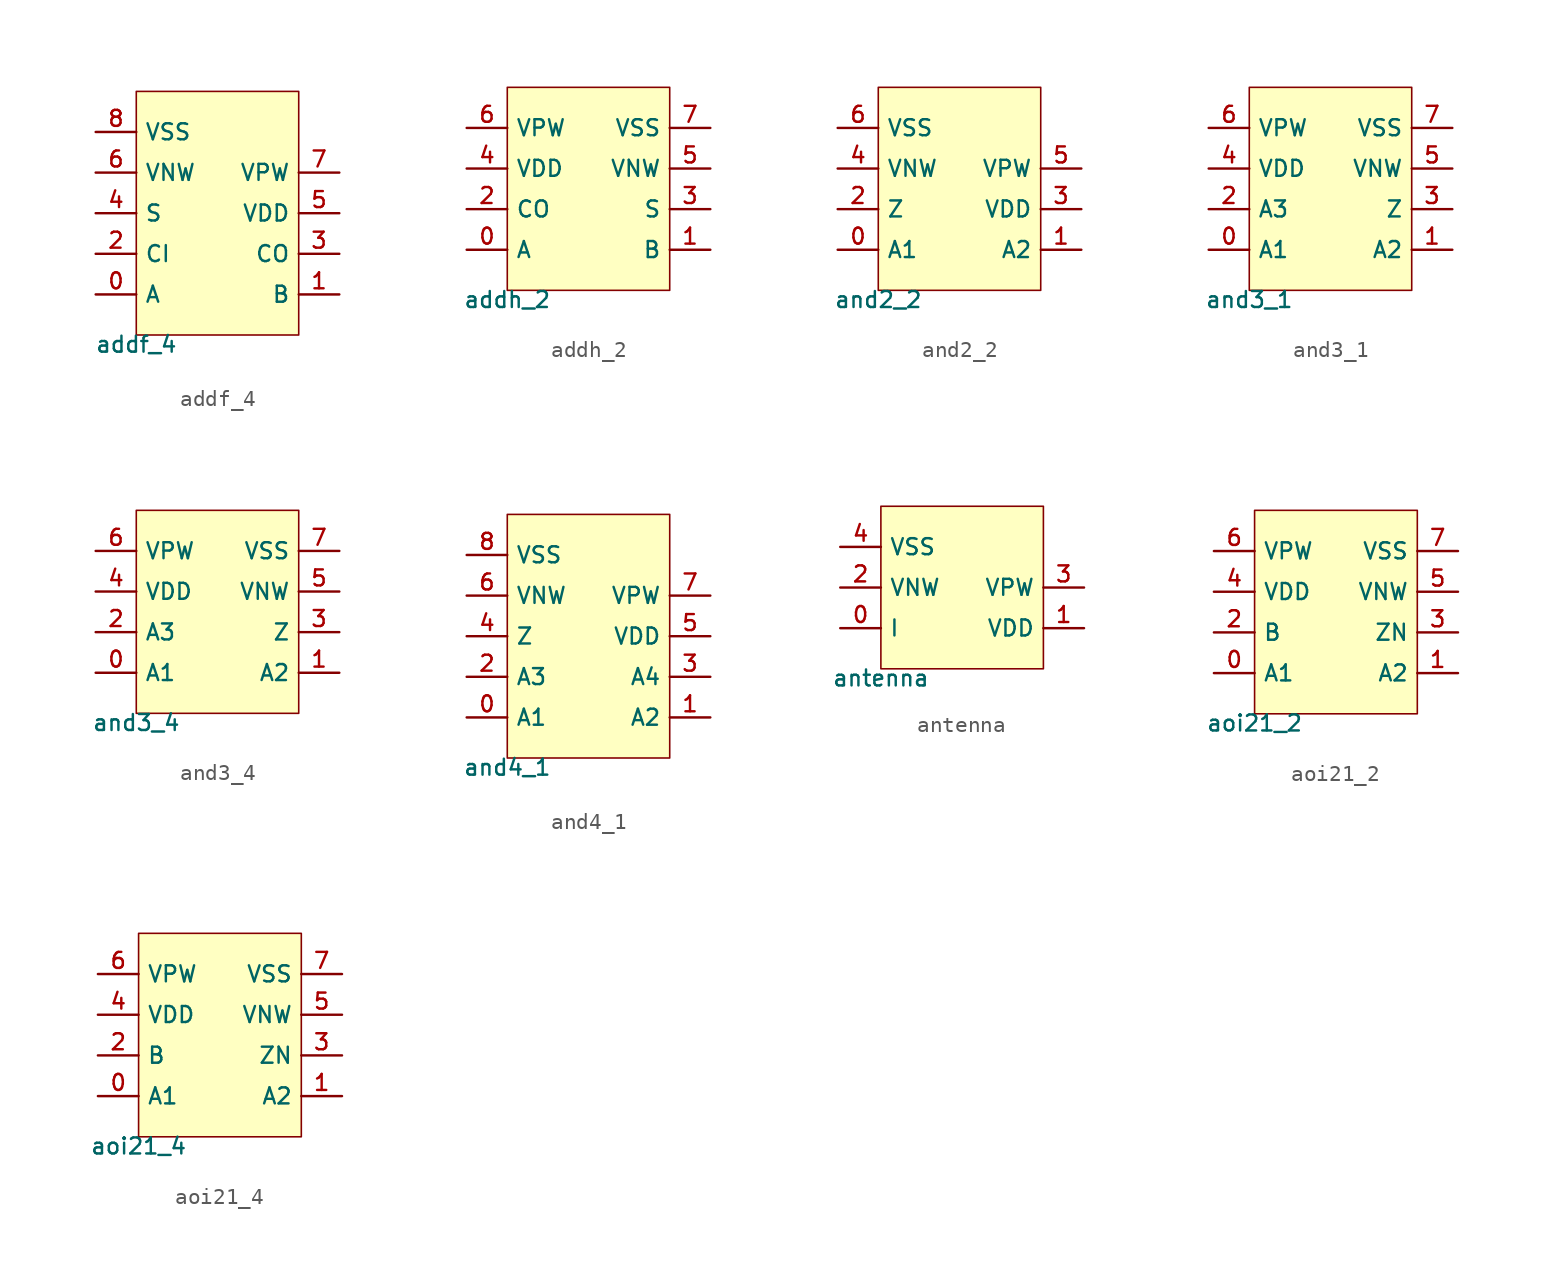
<source format=kicad_sym>
(kicad_symbol_lib
  (version 20211014)
  (generator pdk2kicad)
  (symbol "addf_4"
    (property "Reference" "X"
      (at 0 0 0)
      (effects (font (size 1 1)) hide))
    (property "Value" "addf_4"
      (at -5.08 -7.62 0)
      (effects (font (size 1 1)) (justify top)))
    (rectangle
      (start -5.08 -7.62)
      (end 5.08 7.62)
      (stroke (width 0.1) (type solid) (color 0 0 0 0))
      (fill (type background)))
    (pin bidirectional line
      (at -7.62 -5.08 0)
      (length 2.54)
      (name "A" (effects (font (size 1 1)) hide))
      (number "0" (effects (font (size 1 1)) hide)))
    (pin bidirectional line
      (at 7.62 -5.08 180)
      (length 2.54)
      (name "B" (effects (font (size 1 1)) hide))
      (number "1" (effects (font (size 1 1)) hide)))
    (pin bidirectional line
      (at -7.62 -2.54 0)
      (length 2.54)
      (name "CI" (effects (font (size 1 1)) hide))
      (number "2" (effects (font (size 1 1)) hide)))
    (pin bidirectional line
      (at 7.62 -2.54 180)
      (length 2.54)
      (name "CO" (effects (font (size 1 1)) hide))
      (number "3" (effects (font (size 1 1)) hide)))
    (pin bidirectional line
      (at -7.62 8.881784197001252e-16 0)
      (length 2.54)
      (name "S" (effects (font (size 1 1)) hide))
      (number "4" (effects (font (size 1 1)) hide)))
    (pin bidirectional line
      (at 7.62 8.881784197001252e-16 180)
      (length 2.54)
      (name "VDD" (effects (font (size 1 1)) hide))
      (number "5" (effects (font (size 1 1)) hide)))
    (pin bidirectional line
      (at -7.62 2.54 0)
      (length 2.54)
      (name "VNW" (effects (font (size 1 1)) hide))
      (number "6" (effects (font (size 1 1)) hide)))
    (pin bidirectional line
      (at 7.62 2.54 180)
      (length 2.54)
      (name "VPW" (effects (font (size 1 1)) hide))
      (number "7" (effects (font (size 1 1)) hide)))
    (pin bidirectional line
      (at -7.62 5.08 0)
      (length 2.54)
      (name "VSS" (effects (font (size 1 1)) hide))
      (number "8" (effects (font (size 1 1)) hide))))
  (symbol "addh_2"
    (property "Reference" "X"
      (at 0 0 0)
      (effects (font (size 1 1)) hide))
    (property "Value" "addh_2"
      (at -5.08 -6.35 0)
      (effects (font (size 1 1)) (justify top)))
    (rectangle
      (start -5.08 -6.35)
      (end 5.08 6.35)
      (stroke (width 0.1) (type solid) (color 0 0 0 0))
      (fill (type background)))
    (pin bidirectional line
      (at -7.62 -3.81 0)
      (length 2.54)
      (name "A" (effects (font (size 1 1)) hide))
      (number "0" (effects (font (size 1 1)) hide)))
    (pin bidirectional line
      (at 7.62 -3.81 180)
      (length 2.54)
      (name "B" (effects (font (size 1 1)) hide))
      (number "1" (effects (font (size 1 1)) hide)))
    (pin bidirectional line
      (at -7.62 -1.27 0)
      (length 2.54)
      (name "CO" (effects (font (size 1 1)) hide))
      (number "2" (effects (font (size 1 1)) hide)))
    (pin bidirectional line
      (at 7.62 -1.27 180)
      (length 2.54)
      (name "S" (effects (font (size 1 1)) hide))
      (number "3" (effects (font (size 1 1)) hide)))
    (pin bidirectional line
      (at -7.62 1.27 0)
      (length 2.54)
      (name "VDD" (effects (font (size 1 1)) hide))
      (number "4" (effects (font (size 1 1)) hide)))
    (pin bidirectional line
      (at 7.62 1.27 180)
      (length 2.54)
      (name "VNW" (effects (font (size 1 1)) hide))
      (number "5" (effects (font (size 1 1)) hide)))
    (pin bidirectional line
      (at -7.62 3.81 0)
      (length 2.54)
      (name "VPW" (effects (font (size 1 1)) hide))
      (number "6" (effects (font (size 1 1)) hide)))
    (pin bidirectional line
      (at 7.62 3.81 180)
      (length 2.54)
      (name "VSS" (effects (font (size 1 1)) hide))
      (number "7" (effects (font (size 1 1)) hide))))
  (symbol "and2_2"
    (property "Reference" "X"
      (at 0 0 0)
      (effects (font (size 1 1)) hide))
    (property "Value" "and2_2"
      (at -5.08 -6.35 0)
      (effects (font (size 1 1)) (justify top)))
    (rectangle
      (start -5.08 -6.35)
      (end 5.08 6.35)
      (stroke (width 0.1) (type solid) (color 0 0 0 0))
      (fill (type background)))
    (pin bidirectional line
      (at -7.62 -3.81 0)
      (length 2.54)
      (name "A1" (effects (font (size 1 1)) hide))
      (number "0" (effects (font (size 1 1)) hide)))
    (pin bidirectional line
      (at 7.62 -3.81 180)
      (length 2.54)
      (name "A2" (effects (font (size 1 1)) hide))
      (number "1" (effects (font (size 1 1)) hide)))
    (pin bidirectional line
      (at -7.62 -1.27 0)
      (length 2.54)
      (name "Z" (effects (font (size 1 1)) hide))
      (number "2" (effects (font (size 1 1)) hide)))
    (pin bidirectional line
      (at 7.62 -1.27 180)
      (length 2.54)
      (name "VDD" (effects (font (size 1 1)) hide))
      (number "3" (effects (font (size 1 1)) hide)))
    (pin bidirectional line
      (at -7.62 1.27 0)
      (length 2.54)
      (name "VNW" (effects (font (size 1 1)) hide))
      (number "4" (effects (font (size 1 1)) hide)))
    (pin bidirectional line
      (at 7.62 1.27 180)
      (length 2.54)
      (name "VPW" (effects (font (size 1 1)) hide))
      (number "5" (effects (font (size 1 1)) hide)))
    (pin bidirectional line
      (at -7.62 3.81 0)
      (length 2.54)
      (name "VSS" (effects (font (size 1 1)) hide))
      (number "6" (effects (font (size 1 1)) hide))))
  (symbol "and3_1"
    (property "Reference" "X"
      (at 0 0 0)
      (effects (font (size 1 1)) hide))
    (property "Value" "and3_1"
      (at -5.08 -6.35 0)
      (effects (font (size 1 1)) (justify top)))
    (rectangle
      (start -5.08 -6.35)
      (end 5.08 6.35)
      (stroke (width 0.1) (type solid) (color 0 0 0 0))
      (fill (type background)))
    (pin bidirectional line
      (at -7.62 -3.81 0)
      (length 2.54)
      (name "A1" (effects (font (size 1 1)) hide))
      (number "0" (effects (font (size 1 1)) hide)))
    (pin bidirectional line
      (at 7.62 -3.81 180)
      (length 2.54)
      (name "A2" (effects (font (size 1 1)) hide))
      (number "1" (effects (font (size 1 1)) hide)))
    (pin bidirectional line
      (at -7.62 -1.27 0)
      (length 2.54)
      (name "A3" (effects (font (size 1 1)) hide))
      (number "2" (effects (font (size 1 1)) hide)))
    (pin bidirectional line
      (at 7.62 -1.27 180)
      (length 2.54)
      (name "Z" (effects (font (size 1 1)) hide))
      (number "3" (effects (font (size 1 1)) hide)))
    (pin bidirectional line
      (at -7.62 1.27 0)
      (length 2.54)
      (name "VDD" (effects (font (size 1 1)) hide))
      (number "4" (effects (font (size 1 1)) hide)))
    (pin bidirectional line
      (at 7.62 1.27 180)
      (length 2.54)
      (name "VNW" (effects (font (size 1 1)) hide))
      (number "5" (effects (font (size 1 1)) hide)))
    (pin bidirectional line
      (at -7.62 3.81 0)
      (length 2.54)
      (name "VPW" (effects (font (size 1 1)) hide))
      (number "6" (effects (font (size 1 1)) hide)))
    (pin bidirectional line
      (at 7.62 3.81 180)
      (length 2.54)
      (name "VSS" (effects (font (size 1 1)) hide))
      (number "7" (effects (font (size 1 1)) hide))))
  (symbol "and3_4"
    (property "Reference" "X"
      (at 0 0 0)
      (effects (font (size 1 1)) hide))
    (property "Value" "and3_4"
      (at -5.08 -6.35 0)
      (effects (font (size 1 1)) (justify top)))
    (rectangle
      (start -5.08 -6.35)
      (end 5.08 6.35)
      (stroke (width 0.1) (type solid) (color 0 0 0 0))
      (fill (type background)))
    (pin bidirectional line
      (at -7.62 -3.81 0)
      (length 2.54)
      (name "A1" (effects (font (size 1 1)) hide))
      (number "0" (effects (font (size 1 1)) hide)))
    (pin bidirectional line
      (at 7.62 -3.81 180)
      (length 2.54)
      (name "A2" (effects (font (size 1 1)) hide))
      (number "1" (effects (font (size 1 1)) hide)))
    (pin bidirectional line
      (at -7.62 -1.27 0)
      (length 2.54)
      (name "A3" (effects (font (size 1 1)) hide))
      (number "2" (effects (font (size 1 1)) hide)))
    (pin bidirectional line
      (at 7.62 -1.27 180)
      (length 2.54)
      (name "Z" (effects (font (size 1 1)) hide))
      (number "3" (effects (font (size 1 1)) hide)))
    (pin bidirectional line
      (at -7.62 1.27 0)
      (length 2.54)
      (name "VDD" (effects (font (size 1 1)) hide))
      (number "4" (effects (font (size 1 1)) hide)))
    (pin bidirectional line
      (at 7.62 1.27 180)
      (length 2.54)
      (name "VNW" (effects (font (size 1 1)) hide))
      (number "5" (effects (font (size 1 1)) hide)))
    (pin bidirectional line
      (at -7.62 3.81 0)
      (length 2.54)
      (name "VPW" (effects (font (size 1 1)) hide))
      (number "6" (effects (font (size 1 1)) hide)))
    (pin bidirectional line
      (at 7.62 3.81 180)
      (length 2.54)
      (name "VSS" (effects (font (size 1 1)) hide))
      (number "7" (effects (font (size 1 1)) hide))))
  (symbol "and4_1"
    (property "Reference" "X"
      (at 0 0 0)
      (effects (font (size 1 1)) hide))
    (property "Value" "and4_1"
      (at -5.08 -7.62 0)
      (effects (font (size 1 1)) (justify top)))
    (rectangle
      (start -5.08 -7.62)
      (end 5.08 7.62)
      (stroke (width 0.1) (type solid) (color 0 0 0 0))
      (fill (type background)))
    (pin bidirectional line
      (at -7.62 -5.08 0)
      (length 2.54)
      (name "A1" (effects (font (size 1 1)) hide))
      (number "0" (effects (font (size 1 1)) hide)))
    (pin bidirectional line
      (at 7.62 -5.08 180)
      (length 2.54)
      (name "A2" (effects (font (size 1 1)) hide))
      (number "1" (effects (font (size 1 1)) hide)))
    (pin bidirectional line
      (at -7.62 -2.54 0)
      (length 2.54)
      (name "A3" (effects (font (size 1 1)) hide))
      (number "2" (effects (font (size 1 1)) hide)))
    (pin bidirectional line
      (at 7.62 -2.54 180)
      (length 2.54)
      (name "A4" (effects (font (size 1 1)) hide))
      (number "3" (effects (font (size 1 1)) hide)))
    (pin bidirectional line
      (at -7.62 8.881784197001252e-16 0)
      (length 2.54)
      (name "Z" (effects (font (size 1 1)) hide))
      (number "4" (effects (font (size 1 1)) hide)))
    (pin bidirectional line
      (at 7.62 8.881784197001252e-16 180)
      (length 2.54)
      (name "VDD" (effects (font (size 1 1)) hide))
      (number "5" (effects (font (size 1 1)) hide)))
    (pin bidirectional line
      (at -7.62 2.54 0)
      (length 2.54)
      (name "VNW" (effects (font (size 1 1)) hide))
      (number "6" (effects (font (size 1 1)) hide)))
    (pin bidirectional line
      (at 7.62 2.54 180)
      (length 2.54)
      (name "VPW" (effects (font (size 1 1)) hide))
      (number "7" (effects (font (size 1 1)) hide)))
    (pin bidirectional line
      (at -7.62 5.08 0)
      (length 2.54)
      (name "VSS" (effects (font (size 1 1)) hide))
      (number "8" (effects (font (size 1 1)) hide))))
  (symbol "antenna"
    (property "Reference" "X"
      (at 0 0 0)
      (effects (font (size 1 1)) hide))
    (property "Value" "antenna"
      (at -5.08 -5.08 0)
      (effects (font (size 1 1)) (justify top)))
    (rectangle
      (start -5.08 -5.08)
      (end 5.08 5.08)
      (stroke (width 0.1) (type solid) (color 0 0 0 0))
      (fill (type background)))
    (pin bidirectional line
      (at -7.62 -2.54 0)
      (length 2.54)
      (name "I" (effects (font (size 1 1)) hide))
      (number "0" (effects (font (size 1 1)) hide)))
    (pin bidirectional line
      (at 7.62 -2.54 180)
      (length 2.54)
      (name "VDD" (effects (font (size 1 1)) hide))
      (number "1" (effects (font (size 1 1)) hide)))
    (pin bidirectional line
      (at -7.62 0.0 0)
      (length 2.54)
      (name "VNW" (effects (font (size 1 1)) hide))
      (number "2" (effects (font (size 1 1)) hide)))
    (pin bidirectional line
      (at 7.62 0.0 180)
      (length 2.54)
      (name "VPW" (effects (font (size 1 1)) hide))
      (number "3" (effects (font (size 1 1)) hide)))
    (pin bidirectional line
      (at -7.62 2.54 0)
      (length 2.54)
      (name "VSS" (effects (font (size 1 1)) hide))
      (number "4" (effects (font (size 1 1)) hide))))
  (symbol "aoi21_2"
    (property "Reference" "X"
      (at 0 0 0)
      (effects (font (size 1 1)) hide))
    (property "Value" "aoi21_2"
      (at -5.08 -6.35 0)
      (effects (font (size 1 1)) (justify top)))
    (rectangle
      (start -5.08 -6.35)
      (end 5.08 6.35)
      (stroke (width 0.1) (type solid) (color 0 0 0 0))
      (fill (type background)))
    (pin bidirectional line
      (at -7.62 -3.81 0)
      (length 2.54)
      (name "A1" (effects (font (size 1 1)) hide))
      (number "0" (effects (font (size 1 1)) hide)))
    (pin bidirectional line
      (at 7.62 -3.81 180)
      (length 2.54)
      (name "A2" (effects (font (size 1 1)) hide))
      (number "1" (effects (font (size 1 1)) hide)))
    (pin bidirectional line
      (at -7.62 -1.27 0)
      (length 2.54)
      (name "B" (effects (font (size 1 1)) hide))
      (number "2" (effects (font (size 1 1)) hide)))
    (pin bidirectional line
      (at 7.62 -1.27 180)
      (length 2.54)
      (name "ZN" (effects (font (size 1 1)) hide))
      (number "3" (effects (font (size 1 1)) hide)))
    (pin bidirectional line
      (at -7.62 1.27 0)
      (length 2.54)
      (name "VDD" (effects (font (size 1 1)) hide))
      (number "4" (effects (font (size 1 1)) hide)))
    (pin bidirectional line
      (at 7.62 1.27 180)
      (length 2.54)
      (name "VNW" (effects (font (size 1 1)) hide))
      (number "5" (effects (font (size 1 1)) hide)))
    (pin bidirectional line
      (at -7.62 3.81 0)
      (length 2.54)
      (name "VPW" (effects (font (size 1 1)) hide))
      (number "6" (effects (font (size 1 1)) hide)))
    (pin bidirectional line
      (at 7.62 3.81 180)
      (length 2.54)
      (name "VSS" (effects (font (size 1 1)) hide))
      (number "7" (effects (font (size 1 1)) hide))))
  (symbol "aoi21_4"
    (property "Reference" "X"
      (at 0 0 0)
      (effects (font (size 1 1)) hide))
    (property "Value" "aoi21_4"
      (at -5.08 -6.35 0)
      (effects (font (size 1 1)) (justify top)))
    (rectangle
      (start -5.08 -6.35)
      (end 5.08 6.35)
      (stroke (width 0.1) (type solid) (color 0 0 0 0))
      (fill (type background)))
    (pin bidirectional line
      (at -7.62 -3.81 0)
      (length 2.54)
      (name "A1" (effects (font (size 1 1)) hide))
      (number "0" (effects (font (size 1 1)) hide)))
    (pin bidirectional line
      (at 7.62 -3.81 180)
      (length 2.54)
      (name "A2" (effects (font (size 1 1)) hide))
      (number "1" (effects (font (size 1 1)) hide)))
    (pin bidirectional line
      (at -7.62 -1.27 0)
      (length 2.54)
      (name "B" (effects (font (size 1 1)) hide))
      (number "2" (effects (font (size 1 1)) hide)))
    (pin bidirectional line
      (at 7.62 -1.27 180)
      (length 2.54)
      (name "ZN" (effects (font (size 1 1)) hide))
      (number "3" (effects (font (size 1 1)) hide)))
    (pin bidirectional line
      (at -7.62 1.27 0)
      (length 2.54)
      (name "VDD" (effects (font (size 1 1)) hide))
      (number "4" (effects (font (size 1 1)) hide)))
    (pin bidirectional line
      (at 7.62 1.27 180)
      (length 2.54)
      (name "VNW" (effects (font (size 1 1)) hide))
      (number "5" (effects (font (size 1 1)) hide)))
    (pin bidirectional line
      (at -7.62 3.81 0)
      (length 2.54)
      (name "VPW" (effects (font (size 1 1)) hide))
      (number "6" (effects (font (size 1 1)) hide)))
    (pin bidirectional line
      (at 7.62 3.81 180)
      (length 2.54)
      (name "VSS" (effects (font (size 1 1)) hide))
      (number "7" (effects (font (size 1 1)) hide)))))
</source>
